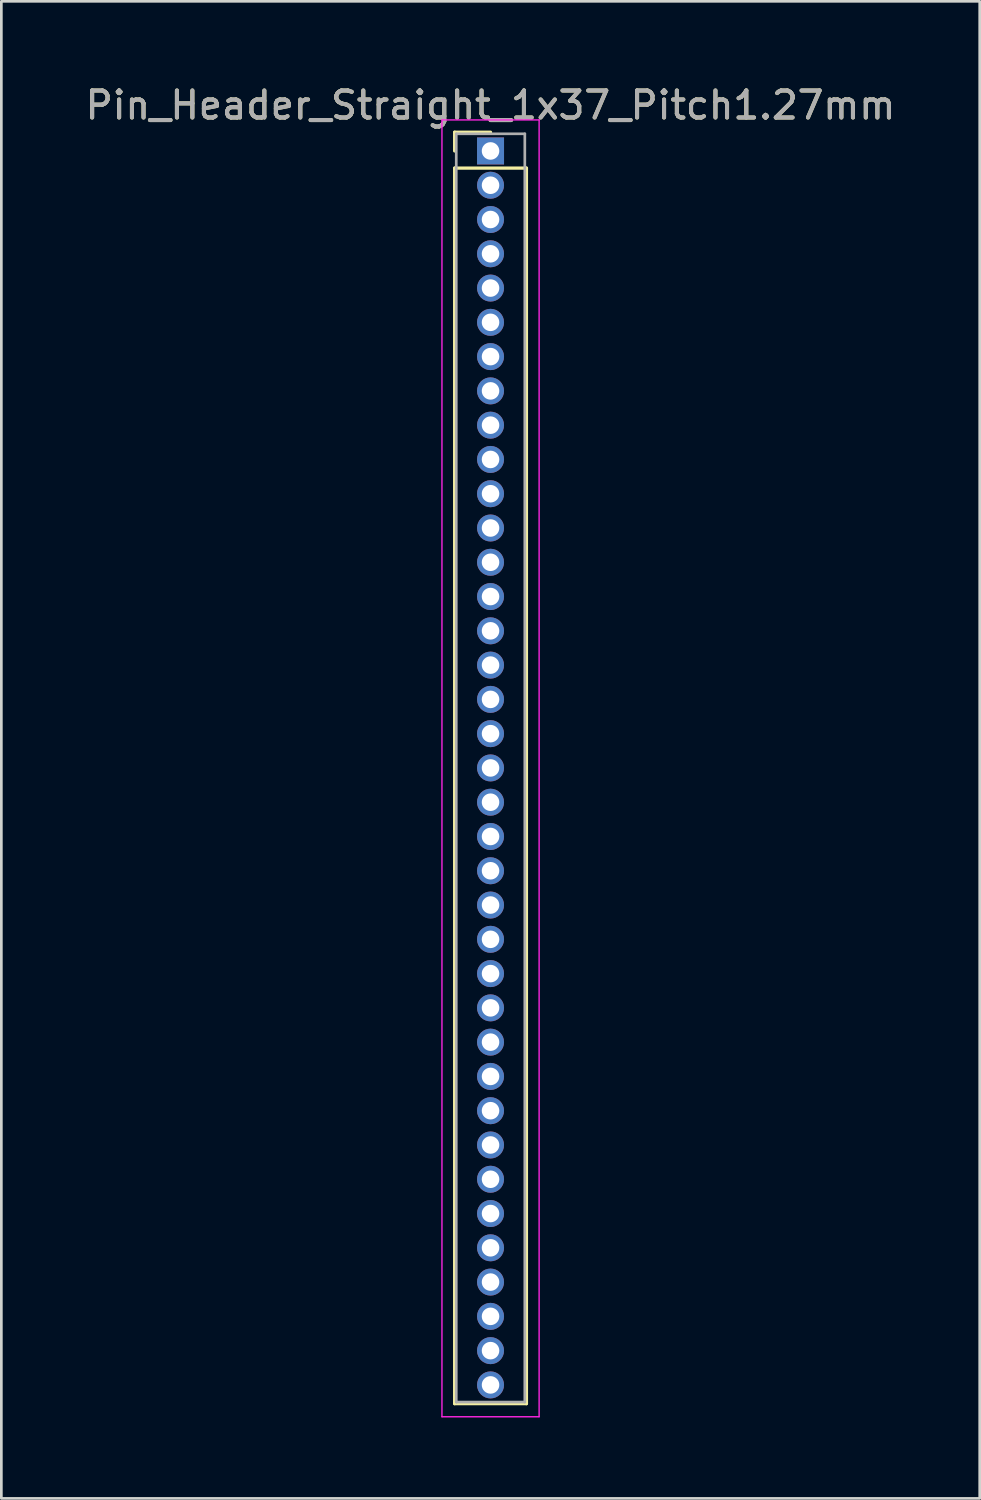
<source format=kicad_pcb>
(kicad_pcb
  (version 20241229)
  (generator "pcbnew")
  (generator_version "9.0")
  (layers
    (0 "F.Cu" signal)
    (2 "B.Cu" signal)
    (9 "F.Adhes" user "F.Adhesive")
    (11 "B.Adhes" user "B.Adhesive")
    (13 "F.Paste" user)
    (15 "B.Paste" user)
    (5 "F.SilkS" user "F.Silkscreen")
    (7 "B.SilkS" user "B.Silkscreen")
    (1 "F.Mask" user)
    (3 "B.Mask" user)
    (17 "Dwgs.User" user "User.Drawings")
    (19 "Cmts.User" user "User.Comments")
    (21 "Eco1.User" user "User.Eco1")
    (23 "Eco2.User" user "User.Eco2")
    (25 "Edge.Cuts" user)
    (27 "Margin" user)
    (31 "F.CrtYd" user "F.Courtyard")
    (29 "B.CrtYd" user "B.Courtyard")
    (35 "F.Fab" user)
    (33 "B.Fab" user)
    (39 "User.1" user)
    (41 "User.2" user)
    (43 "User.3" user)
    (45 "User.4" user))
  (footprint "Pin_Header_Straight_1x37_Pitch1.27mm"
    (layer "F.Cu")
    (at 15.125 2.543)
    (property "Reference" "Pin_Header_Straight_1x37_Pitch1.27mm" (at 0 -1.695 0) (layer "F.SilkS") (effects (font (size 1 1) (thickness 0.15))))
    (attr through_hole)
    (fp_line (start -1.33 -0.695) (end 0 -0.695) (stroke (width 0.12) (type solid)) (layer "F.SilkS"))
    (fp_line (start -1.33 0) (end -1.33 -0.695) (stroke (width 0.12) (type solid)) (layer "F.SilkS"))
    (fp_line (start -1.33 0.635) (end -1.33 46.415) (stroke (width 0.12) (type solid)) (layer "F.SilkS"))
    (fp_line (start -1.33 46.415) (end 1.33 46.415) (stroke (width 0.12) (type solid)) (layer "F.SilkS"))
    (fp_line (start 1.33 0.635) (end -1.33 0.635) (stroke (width 0.12) (type solid)) (layer "F.SilkS"))
    (fp_line (start 1.33 46.415) (end 1.33 0.635) (stroke (width 0.12) (type solid)) (layer "F.SilkS"))
    (fp_line (start -1.8 -1.15) (end -1.8 46.9) (stroke (width 0.05) (type solid)) (layer "F.CrtYd"))
    (fp_line (start -1.8 46.9) (end 1.8 46.9) (stroke (width 0.05) (type solid)) (layer "F.CrtYd"))
    (fp_line (start 1.8 -1.15) (end -1.8 -1.15) (stroke (width 0.05) (type solid)) (layer "F.CrtYd"))
    (fp_line (start 1.8 46.9) (end 1.8 -1.15) (stroke (width 0.05) (type solid)) (layer "F.CrtYd"))
    (fp_line (start -1.27 -0.635) (end -1.27 46.355) (stroke (width 0.1) (type solid)) (layer "F.Fab"))
    (fp_line (start -1.27 46.355) (end 1.27 46.355) (stroke (width 0.1) (type solid)) (layer "F.Fab"))
    (fp_line (start 1.27 -0.635) (end -1.27 -0.635) (stroke (width 0.1) (type solid)) (layer "F.Fab"))
    (fp_line (start 1.27 46.355) (end 1.27 -0.635) (stroke (width 0.1) (type solid)) (layer "F.Fab"))
    (fp_text user "${REFERENCE}" (at 0 -1.695 0) (layer "F.Fab") (effects (font (size 1 1) (thickness 0.15))))
    (pad "1" thru_hole rect (at 0 0) (size 1 1) (drill 0.65) (layers "*.Cu" "*.Mask"))
    (pad "2" thru_hole oval (at 0 1.27) (size 1 1) (drill 0.65) (layers "*.Cu" "*.Mask"))
    (pad "3" thru_hole oval (at 0 2.54) (size 1 1) (drill 0.65) (layers "*.Cu" "*.Mask"))
    (pad "4" thru_hole oval (at 0 3.81) (size 1 1) (drill 0.65) (layers "*.Cu" "*.Mask"))
    (pad "5" thru_hole oval (at 0 5.08) (size 1 1) (drill 0.65) (layers "*.Cu" "*.Mask"))
    (pad "6" thru_hole oval (at 0 6.35) (size 1 1) (drill 0.65) (layers "*.Cu" "*.Mask"))
    (pad "7" thru_hole oval (at 0 7.62) (size 1 1) (drill 0.65) (layers "*.Cu" "*.Mask"))
    (pad "8" thru_hole oval (at 0 8.89) (size 1 1) (drill 0.65) (layers "*.Cu" "*.Mask"))
    (pad "9" thru_hole oval (at 0 10.16) (size 1 1) (drill 0.65) (layers "*.Cu" "*.Mask"))
    (pad "10" thru_hole oval (at 0 11.43) (size 1 1) (drill 0.65) (layers "*.Cu" "*.Mask"))
    (pad "11" thru_hole oval (at 0 12.7) (size 1 1) (drill 0.65) (layers "*.Cu" "*.Mask"))
    (pad "12" thru_hole oval (at 0 13.97) (size 1 1) (drill 0.65) (layers "*.Cu" "*.Mask"))
    (pad "13" thru_hole oval (at 0 15.24) (size 1 1) (drill 0.65) (layers "*.Cu" "*.Mask"))
    (pad "14" thru_hole oval (at 0 16.51) (size 1 1) (drill 0.65) (layers "*.Cu" "*.Mask"))
    (pad "15" thru_hole oval (at 0 17.78) (size 1 1) (drill 0.65) (layers "*.Cu" "*.Mask"))
    (pad "16" thru_hole oval (at 0 19.05) (size 1 1) (drill 0.65) (layers "*.Cu" "*.Mask"))
    (pad "17" thru_hole oval (at 0 20.32) (size 1 1) (drill 0.65) (layers "*.Cu" "*.Mask"))
    (pad "18" thru_hole oval (at 0 21.59) (size 1 1) (drill 0.65) (layers "*.Cu" "*.Mask"))
    (pad "19" thru_hole oval (at 0 22.86) (size 1 1) (drill 0.65) (layers "*.Cu" "*.Mask"))
    (pad "20" thru_hole oval (at 0 24.13) (size 1 1) (drill 0.65) (layers "*.Cu" "*.Mask"))
    (pad "21" thru_hole oval (at 0 25.4) (size 1 1) (drill 0.65) (layers "*.Cu" "*.Mask"))
    (pad "22" thru_hole oval (at 0 26.67) (size 1 1) (drill 0.65) (layers "*.Cu" "*.Mask"))
    (pad "23" thru_hole oval (at 0 27.94) (size 1 1) (drill 0.65) (layers "*.Cu" "*.Mask"))
    (pad "24" thru_hole oval (at 0 29.21) (size 1 1) (drill 0.65) (layers "*.Cu" "*.Mask"))
    (pad "25" thru_hole oval (at 0 30.48) (size 1 1) (drill 0.65) (layers "*.Cu" "*.Mask"))
    (pad "26" thru_hole oval (at 0 31.75) (size 1 1) (drill 0.65) (layers "*.Cu" "*.Mask"))
    (pad "27" thru_hole oval (at 0 33.02) (size 1 1) (drill 0.65) (layers "*.Cu" "*.Mask"))
    (pad "28" thru_hole oval (at 0 34.29) (size 1 1) (drill 0.65) (layers "*.Cu" "*.Mask"))
    (pad "29" thru_hole oval (at 0 35.56) (size 1 1) (drill 0.65) (layers "*.Cu" "*.Mask"))
    (pad "30" thru_hole oval (at 0 36.83) (size 1 1) (drill 0.65) (layers "*.Cu" "*.Mask"))
    (pad "31" thru_hole oval (at 0 38.1) (size 1 1) (drill 0.65) (layers "*.Cu" "*.Mask"))
    (pad "32" thru_hole oval (at 0 39.37) (size 1 1) (drill 0.65) (layers "*.Cu" "*.Mask"))
    (pad "33" thru_hole oval (at 0 40.64) (size 1 1) (drill 0.65) (layers "*.Cu" "*.Mask"))
    (pad "34" thru_hole oval (at 0 41.91) (size 1 1) (drill 0.65) (layers "*.Cu" "*.Mask"))
    (pad "35" thru_hole oval (at 0 43.18) (size 1 1) (drill 0.65) (layers "*.Cu" "*.Mask"))
    (pad "36" thru_hole oval (at 0 44.45) (size 1 1) (drill 0.65) (layers "*.Cu" "*.Mask"))
    (pad "37" thru_hole oval (at 0 45.72) (size 1 1) (drill 0.65) (layers "*.Cu" "*.Mask")))
  (gr_rect
    (start -3 -3)
    (end 33.25 52.468)
    (stroke (width 0.1) (type default))
    (fill no)
    (layer "Edge.Cuts")))
</source>
